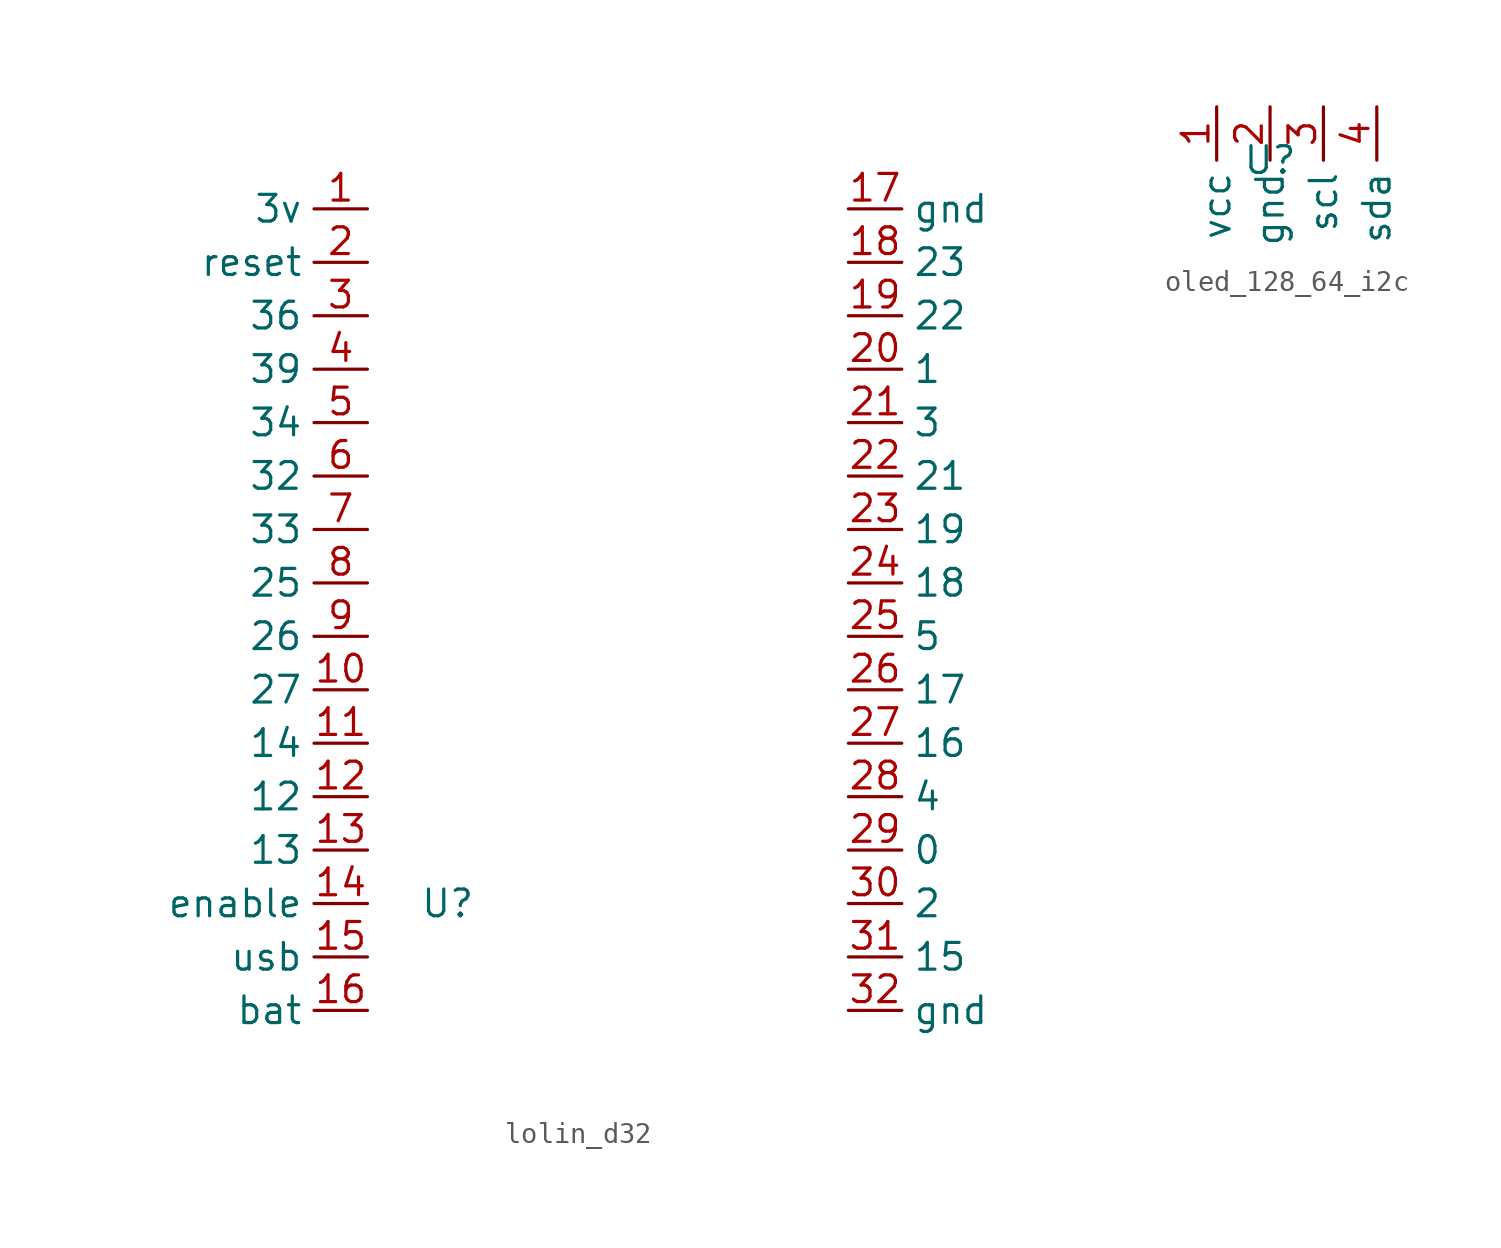
<source format=kicad_sym>
(kicad_symbol_lib
  (version 20241209)
  (generator "kicad_symbol_editor")
  (generator_version "9.0")
  (symbol "lolin_d32"
    (property "Reference" "U"
      (at 0 0 0)
      (effects (font (size 1.27 1.27))))
    (property "Value" ""
      (at 0 0 0)
      (effects (font (size 1.27 1.27))))
    (symbol "lolin_d32_1_1"
      (pin output line (at -3.81 33.02 180) (length 2.54) (name "3v" (effects (font (size 1.27 1.27)))) (number "1" (effects (font (size 1.27 1.27)))))
      (pin input line (at -3.81 30.48 180) (length 2.54) (name "reset" (effects (font (size 1.27 1.27)))) (number "2" (effects (font (size 1.27 1.27)))))
      (pin bidirectional line (at -3.81 27.94 180) (length 2.54) (name "36" (effects (font (size 1.27 1.27)))) (number "3" (effects (font (size 1.27 1.27)))))
      (pin bidirectional line (at -3.81 25.4 180) (length 2.54) (name "39" (effects (font (size 1.27 1.27)))) (number "4" (effects (font (size 1.27 1.27)))))
      (pin bidirectional line (at -3.81 22.86 180) (length 2.54) (name "34" (effects (font (size 1.27 1.27)))) (number "5" (effects (font (size 1.27 1.27)))))
      (pin bidirectional line (at -3.81 20.32 180) (length 2.54) (name "32" (effects (font (size 1.27 1.27)))) (number "6" (effects (font (size 1.27 1.27)))))
      (pin bidirectional line (at -3.81 17.78 180) (length 2.54) (name "33" (effects (font (size 1.27 1.27)))) (number "7" (effects (font (size 1.27 1.27)))))
      (pin bidirectional line (at -3.81 15.24 180) (length 2.54) (name "25" (effects (font (size 1.27 1.27)))) (number "8" (effects (font (size 1.27 1.27)))))
      (pin bidirectional line (at -3.81 12.7 180) (length 2.54) (name "26" (effects (font (size 1.27 1.27)))) (number "9" (effects (font (size 1.27 1.27)))))
      (pin bidirectional line (at -3.81 10.16 180) (length 2.54) (name "27" (effects (font (size 1.27 1.27)))) (number "10" (effects (font (size 1.27 1.27)))))
      (pin bidirectional line (at -3.81 7.62 180) (length 2.54) (name "14" (effects (font (size 1.27 1.27)))) (number "11" (effects (font (size 1.27 1.27)))))
      (pin bidirectional line (at -3.81 5.08 180) (length 2.54) (name "12" (effects (font (size 1.27 1.27)))) (number "12" (effects (font (size 1.27 1.27)))))
      (pin bidirectional line (at -3.81 2.54 180) (length 2.54) (name "13" (effects (font (size 1.27 1.27)))) (number "13" (effects (font (size 1.27 1.27)))))
      (pin input line (at -3.81 0 180) (length 2.54) (name "enable" (effects (font (size 1.27 1.27)))) (number "14" (effects (font (size 1.27 1.27)))))
      (pin output line (at -3.81 -2.54 180) (length 2.54) (name "usb" (effects (font (size 1.27 1.27)))) (number "15" (effects (font (size 1.27 1.27)))))
      (pin output line (at -3.81 -5.08 180) (length 2.54) (name "bat" (effects (font (size 1.27 1.27)))) (number "16" (effects (font (size 1.27 1.27)))))
      (pin output line (at 19.05 33.02 0) (length 2.54) (name "gnd" (effects (font (size 1.27 1.27)))) (number "17" (effects (font (size 1.27 1.27)))))
      (pin input line (at 19.05 30.48 0) (length 2.54) (name "23" (effects (font (size 1.27 1.27)))) (number "18" (effects (font (size 1.27 1.27)))))
      (pin input line (at 19.05 27.94 0) (length 2.54) (name "22" (effects (font (size 1.27 1.27)))) (number "19" (effects (font (size 1.27 1.27)))))
      (pin input line (at 19.05 25.4 0) (length 2.54) (name "1" (effects (font (size 1.27 1.27)))) (number "20" (effects (font (size 1.27 1.27)))))
      (pin input line (at 19.05 22.86 0) (length 2.54) (name "3" (effects (font (size 1.27 1.27)))) (number "21" (effects (font (size 1.27 1.27)))))
      (pin input line (at 19.05 20.32 0) (length 2.54) (name "21" (effects (font (size 1.27 1.27)))) (number "22" (effects (font (size 1.27 1.27)))))
      (pin input line (at 19.05 17.78 0) (length 2.54) (name "19" (effects (font (size 1.27 1.27)))) (number "23" (effects (font (size 1.27 1.27)))))
      (pin input line (at 19.05 15.24 0) (length 2.54) (name "18" (effects (font (size 1.27 1.27)))) (number "24" (effects (font (size 1.27 1.27)))))
      (pin input line (at 19.05 12.7 0) (length 2.54) (name "5" (effects (font (size 1.27 1.27)))) (number "25" (effects (font (size 1.27 1.27)))))
      (pin input line (at 19.05 10.16 0) (length 2.54) (name "17" (effects (font (size 1.27 1.27)))) (number "26" (effects (font (size 1.27 1.27)))))
      (pin input line (at 19.05 7.62 0) (length 2.54) (name "16" (effects (font (size 1.27 1.27)))) (number "27" (effects (font (size 1.27 1.27)))))
      (pin input line (at 19.05 5.08 0) (length 2.54) (name "4" (effects (font (size 1.27 1.27)))) (number "28" (effects (font (size 1.27 1.27)))))
      (pin input line (at 19.05 2.54 0) (length 2.54) (name "0" (effects (font (size 1.27 1.27)))) (number "29" (effects (font (size 1.27 1.27)))))
      (pin input line (at 19.05 0 0) (length 2.54) (name "2" (effects (font (size 1.27 1.27)))) (number "30" (effects (font (size 1.27 1.27)))))
      (pin input line (at 19.05 -2.54 0) (length 2.54) (name "15" (effects (font (size 1.27 1.27)))) (number "31" (effects (font (size 1.27 1.27)))))
      (pin output line (at 19.05 -5.08 0) (length 2.54) (name "gnd" (effects (font (size 1.27 1.27)))) (number "32" (effects (font (size 1.27 1.27)))))))
  (symbol "oled_128_64_i2c"
    (property "Reference" "U"
      (at 0 0 0)
      (effects (font (size 1.27 1.27))))
    (property "Value" ""
      (at 0 0 0)
      (effects (font (size 1.27 1.27))))
    (symbol "oled_128_64_i2c_1_1"
      (pin input line (at -2.54 2.54 270) (length 2.54) (name "vcc" (effects (font (size 1.27 1.27)))) (number "1" (effects (font (size 1.27 1.27)))))
      (pin input line (at 0 2.54 270) (length 2.54) (name "gnd" (effects (font (size 1.27 1.27)))) (number "2" (effects (font (size 1.27 1.27)))))
      (pin input line (at 2.54 2.54 270) (length 2.54) (name "scl" (effects (font (size 1.27 1.27)))) (number "3" (effects (font (size 1.27 1.27)))))
      (pin input line (at 5.08 2.54 270) (length 2.54) (name "sda" (effects (font (size 1.27 1.27)))) (number "4" (effects (font (size 1.27 1.27))))))))
</source>
